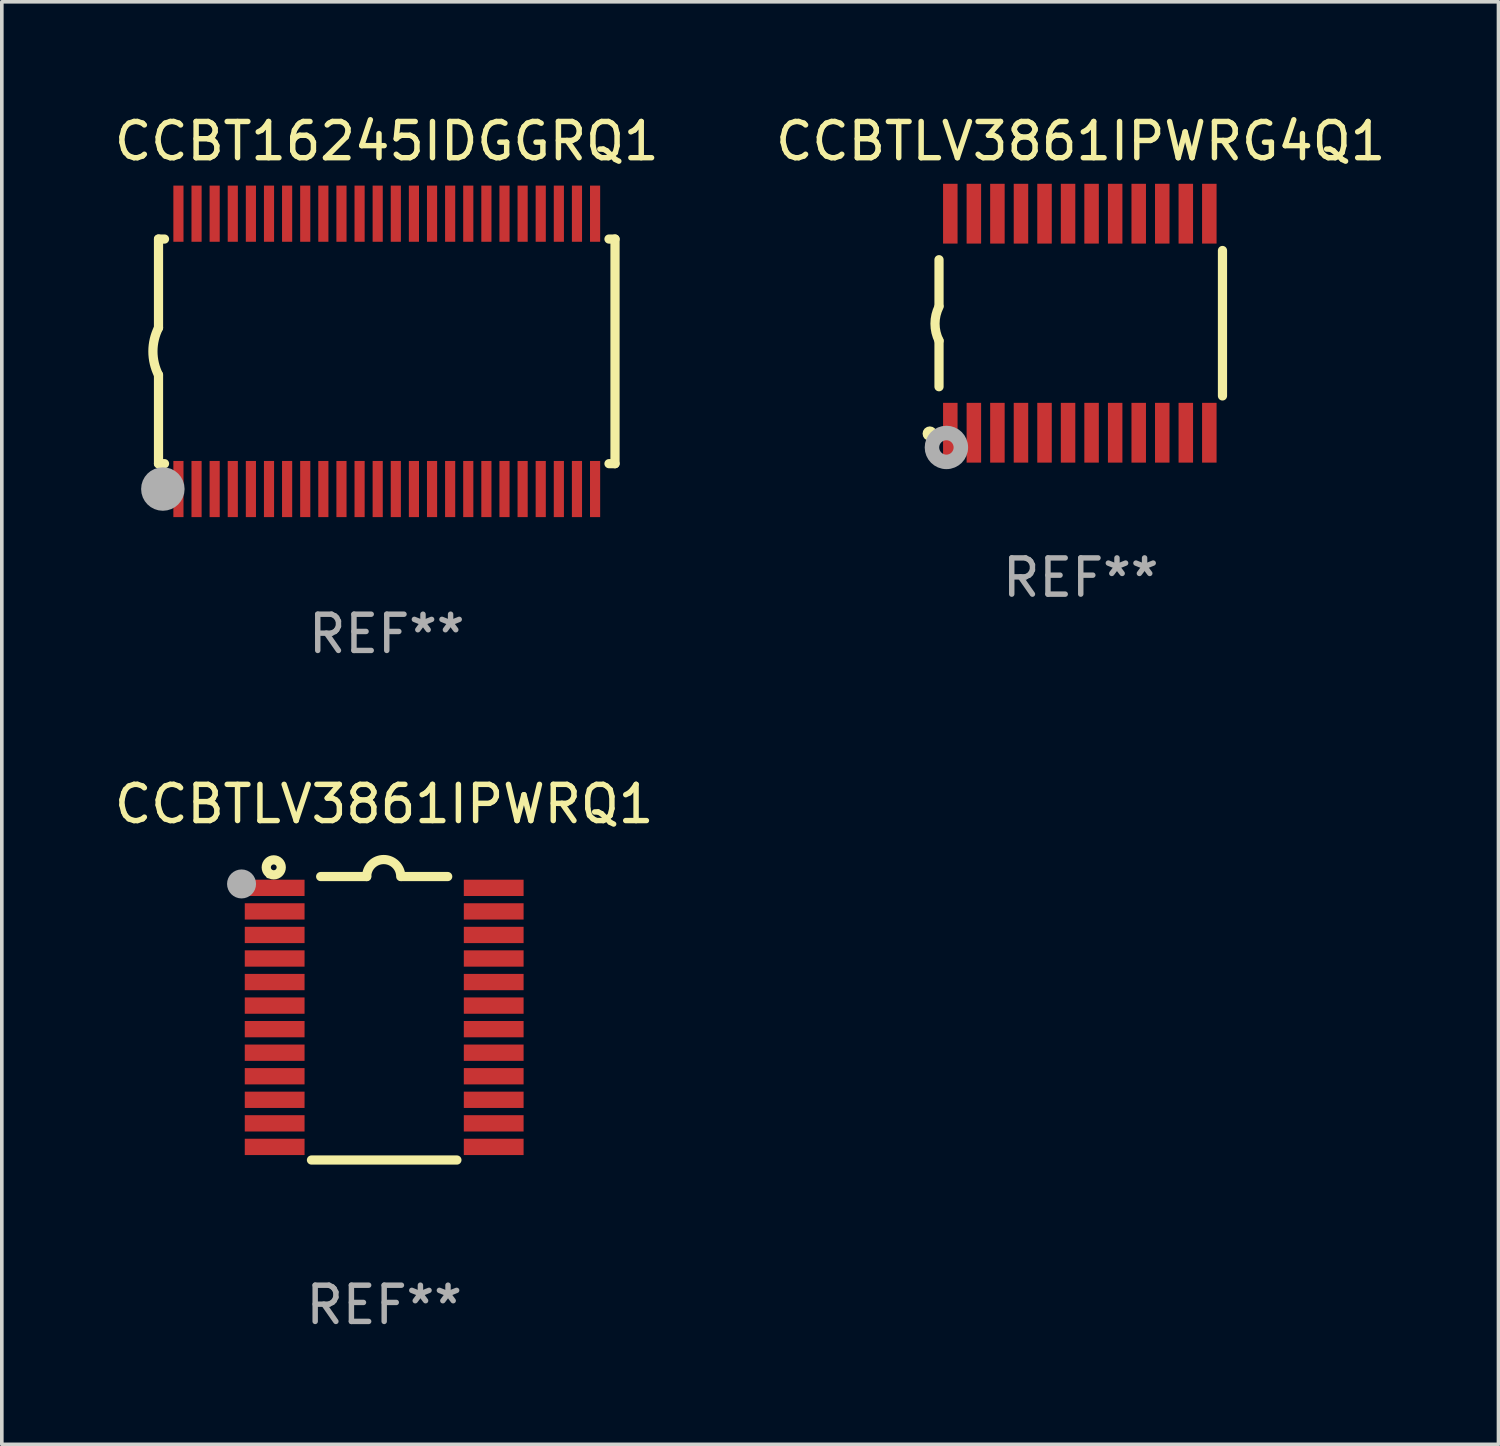
<source format=kicad_pcb>
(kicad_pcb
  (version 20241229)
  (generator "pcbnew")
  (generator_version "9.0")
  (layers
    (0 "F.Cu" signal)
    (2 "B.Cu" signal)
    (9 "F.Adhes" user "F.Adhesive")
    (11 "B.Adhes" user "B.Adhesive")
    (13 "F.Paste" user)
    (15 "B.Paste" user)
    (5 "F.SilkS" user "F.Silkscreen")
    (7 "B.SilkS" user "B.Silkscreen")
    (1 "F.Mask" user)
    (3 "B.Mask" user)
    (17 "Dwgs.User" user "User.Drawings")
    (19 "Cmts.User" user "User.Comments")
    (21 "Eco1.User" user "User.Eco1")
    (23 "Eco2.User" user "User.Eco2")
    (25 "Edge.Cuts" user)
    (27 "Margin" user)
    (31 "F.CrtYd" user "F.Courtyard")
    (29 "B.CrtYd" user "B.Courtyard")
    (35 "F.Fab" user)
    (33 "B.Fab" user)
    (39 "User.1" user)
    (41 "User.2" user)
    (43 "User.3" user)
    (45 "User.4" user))
  (footprint "CCBT16245IDGGRQ1"
    (layer "F.Cu")
    (at 7.625 6.648)
    (property "Reference" "CCBT16245IDGGRQ1" (at 0 -5.8 0) (layer "F.SilkS") (effects (font (size 1 1) (thickness 0.15))))
    (attr through_hole)
    (fp_line (start -6.3 -3.1) (end -6.3 -0.65) (stroke (width 0.254) (type solid)) (layer "F.SilkS"))
    (fp_line (start -6.3 -3.1) (end -6.134 -3.1) (stroke (width 0.254) (type solid)) (layer "F.SilkS"))
    (fp_line (start -6.3 3.1) (end -6.3 0.65) (stroke (width 0.254) (type solid)) (layer "F.SilkS"))
    (fp_line (start -6.3 3.1) (end -6.134 3.1) (stroke (width 0.254) (type solid)) (layer "F.SilkS"))
    (fp_line (start 6.134 -3.1) (end 6.3 -3.1) (stroke (width 0.254) (type solid)) (layer "F.SilkS"))
    (fp_line (start 6.134 3.1) (end 6.3 3.1) (stroke (width 0.254) (type solid)) (layer "F.SilkS"))
    (fp_line (start 6.3 -3.1) (end 6.3 3.1) (stroke (width 0.254) (type solid)) (layer "F.SilkS"))
    (fp_arc (start -6.301016 0.650114) (mid -6.45413 -0.000082) (end -6.3 -0.650038) (stroke (width 0.254001) (type solid)) (layer "F.SilkS"))
    (fp_circle (center -6.35 3.81) (end -6.223 3.81) (stroke (width 0.254) (type solid)) (fill no) (layer "F.SilkS"))
    (fp_circle (center -6.25 4.05) (end -6.22 4.05) (stroke (width 0.06) (type solid)) (fill no) (layer "F.SilkS"))
    (fp_circle (center -6.18 3.8) (end -5.88 3.8) (stroke (width 0.6) (type solid)) (fill no) (layer "F.Fab"))
    (fp_text user "REF**" (at 0 7.8 0) (layer "F.Fab") (effects (font (size 1 1) (thickness 0.15))))
    (pad "1" smd rect (at -5.75 3.8) (size 0.28 1.55) (layers "F.Cu" "F.Mask" "F.Paste"))
    (pad "2" smd rect (at -5.25 3.8) (size 0.28 1.55) (layers "F.Cu" "F.Mask" "F.Paste"))
    (pad "3" smd rect (at -4.75 3.8) (size 0.28 1.55) (layers "F.Cu" "F.Mask" "F.Paste"))
    (pad "4" smd rect (at -4.25 3.8) (size 0.28 1.55) (layers "F.Cu" "F.Mask" "F.Paste"))
    (pad "5" smd rect (at -3.75 3.8) (size 0.28 1.55) (layers "F.Cu" "F.Mask" "F.Paste"))
    (pad "6" smd rect (at -3.25 3.8) (size 0.28 1.55) (layers "F.Cu" "F.Mask" "F.Paste"))
    (pad "7" smd rect (at -2.75 3.8) (size 0.28 1.55) (layers "F.Cu" "F.Mask" "F.Paste"))
    (pad "8" smd rect (at -2.25 3.8) (size 0.28 1.55) (layers "F.Cu" "F.Mask" "F.Paste"))
    (pad "9" smd rect (at -1.75 3.8) (size 0.28 1.55) (layers "F.Cu" "F.Mask" "F.Paste"))
    (pad "10" smd rect (at -1.25 3.8) (size 0.28 1.55) (layers "F.Cu" "F.Mask" "F.Paste"))
    (pad "11" smd rect (at -0.75 3.8) (size 0.28 1.55) (layers "F.Cu" "F.Mask" "F.Paste"))
    (pad "12" smd rect (at -0.25 3.8) (size 0.28 1.55) (layers "F.Cu" "F.Mask" "F.Paste"))
    (pad "13" smd rect (at 0.25 3.8) (size 0.28 1.55) (layers "F.Cu" "F.Mask" "F.Paste"))
    (pad "14" smd rect (at 0.75 3.8) (size 0.28 1.55) (layers "F.Cu" "F.Mask" "F.Paste"))
    (pad "15" smd rect (at 1.25 3.8) (size 0.28 1.55) (layers "F.Cu" "F.Mask" "F.Paste"))
    (pad "16" smd rect (at 1.75 3.8) (size 0.28 1.55) (layers "F.Cu" "F.Mask" "F.Paste"))
    (pad "17" smd rect (at 2.25 3.8) (size 0.28 1.55) (layers "F.Cu" "F.Mask" "F.Paste"))
    (pad "18" smd rect (at 2.75 3.8) (size 0.28 1.55) (layers "F.Cu" "F.Mask" "F.Paste"))
    (pad "19" smd rect (at 3.25 3.8) (size 0.28 1.55) (layers "F.Cu" "F.Mask" "F.Paste"))
    (pad "20" smd rect (at 3.75 3.8) (size 0.28 1.55) (layers "F.Cu" "F.Mask" "F.Paste"))
    (pad "21" smd rect (at 4.25 3.8) (size 0.28 1.55) (layers "F.Cu" "F.Mask" "F.Paste"))
    (pad "22" smd rect (at 4.75 3.8) (size 0.28 1.55) (layers "F.Cu" "F.Mask" "F.Paste"))
    (pad "23" smd rect (at 5.25 3.8) (size 0.28 1.55) (layers "F.Cu" "F.Mask" "F.Paste"))
    (pad "24" smd rect (at 5.75 3.8) (size 0.28 1.55) (layers "F.Cu" "F.Mask" "F.Paste"))
    (pad "25" smd rect (at 5.75 -3.8) (size 0.28 1.55) (layers "F.Cu" "F.Mask" "F.Paste"))
    (pad "26" smd rect (at 5.25 -3.8) (size 0.28 1.55) (layers "F.Cu" "F.Mask" "F.Paste"))
    (pad "27" smd rect (at 4.75 -3.8) (size 0.28 1.55) (layers "F.Cu" "F.Mask" "F.Paste"))
    (pad "28" smd rect (at 4.25 -3.8) (size 0.28 1.55) (layers "F.Cu" "F.Mask" "F.Paste"))
    (pad "29" smd rect (at 3.75 -3.8) (size 0.28 1.55) (layers "F.Cu" "F.Mask" "F.Paste"))
    (pad "30" smd rect (at 3.25 -3.8) (size 0.28 1.55) (layers "F.Cu" "F.Mask" "F.Paste"))
    (pad "31" smd rect (at 2.75 -3.8) (size 0.28 1.55) (layers "F.Cu" "F.Mask" "F.Paste"))
    (pad "32" smd rect (at 2.25 -3.8) (size 0.28 1.55) (layers "F.Cu" "F.Mask" "F.Paste"))
    (pad "33" smd rect (at 1.75 -3.8) (size 0.28 1.55) (layers "F.Cu" "F.Mask" "F.Paste"))
    (pad "34" smd rect (at 1.25 -3.8) (size 0.28 1.55) (layers "F.Cu" "F.Mask" "F.Paste"))
    (pad "35" smd rect (at 0.75 -3.8) (size 0.28 1.55) (layers "F.Cu" "F.Mask" "F.Paste"))
    (pad "36" smd rect (at 0.25 -3.8) (size 0.28 1.55) (layers "F.Cu" "F.Mask" "F.Paste"))
    (pad "37" smd rect (at -0.25 -3.8) (size 0.28 1.55) (layers "F.Cu" "F.Mask" "F.Paste"))
    (pad "38" smd rect (at -0.75 -3.8) (size 0.28 1.55) (layers "F.Cu" "F.Mask" "F.Paste"))
    (pad "39" smd rect (at -1.25 -3.8) (size 0.28 1.55) (layers "F.Cu" "F.Mask" "F.Paste"))
    (pad "40" smd rect (at -1.75 -3.8) (size 0.28 1.55) (layers "F.Cu" "F.Mask" "F.Paste"))
    (pad "41" smd rect (at -2.25 -3.8) (size 0.28 1.55) (layers "F.Cu" "F.Mask" "F.Paste"))
    (pad "42" smd rect (at -2.75 -3.8) (size 0.28 1.55) (layers "F.Cu" "F.Mask" "F.Paste"))
    (pad "43" smd rect (at -3.25 -3.8) (size 0.28 1.55) (layers "F.Cu" "F.Mask" "F.Paste"))
    (pad "44" smd rect (at -3.75 -3.8) (size 0.28 1.55) (layers "F.Cu" "F.Mask" "F.Paste"))
    (pad "45" smd rect (at -4.25 -3.8) (size 0.28 1.55) (layers "F.Cu" "F.Mask" "F.Paste"))
    (pad "46" smd rect (at -4.75 -3.8) (size 0.28 1.55) (layers "F.Cu" "F.Mask" "F.Paste"))
    (pad "47" smd rect (at -5.25 -3.8) (size 0.28 1.55) (layers "F.Cu" "F.Mask" "F.Paste"))
    (pad "48" smd rect (at -5.75 -3.8) (size 0.28 1.55) (layers "F.Cu" "F.Mask" "F.Paste")))
  (footprint "CCBTLV3861IPWRQ1"
    (layer "F.Cu")
    (at 7.554 25.056)
    (property "Reference" "CCBTLV3861IPWRQ1" (at 0 -5.912 0) (layer "F.SilkS") (effects (font (size 1 1) (thickness 0.15))))
    (attr through_hole)
    (fp_line (start -1.753 -3.912) (end -0.483 -3.912) (stroke (width 0.254) (type solid)) (layer "F.SilkS"))
    (fp_line (start 0.483 -3.912) (end 1.753 -3.912) (stroke (width 0.254) (type solid)) (layer "F.SilkS"))
    (fp_line (start 2.007 3.912) (end -2.007 3.912) (stroke (width 0.254) (type solid)) (layer "F.SilkS"))
    (fp_arc (start -0.482626 -3.911608) (mid -0.012725 -4.381509) (end 0.457176 -3.911608) (stroke (width 0.254001) (type solid)) (layer "F.SilkS"))
    (fp_circle (center -3.2 -3.925) (end -3.17 -3.925) (stroke (width 0.06) (type solid)) (fill no) (layer "F.SilkS"))
    (fp_circle (center -3.048 -4.166) (end -2.968 -4.166) (stroke (width 0.254) (type solid)) (fill no) (layer "F.SilkS"))
    (fp_circle (center -3.937 -3.708) (end -3.737 -3.708) (stroke (width 0.4) (type solid)) (fill no) (layer "F.Fab"))
    (fp_text user "REF**" (at 0 7.912 0) (layer "F.Fab") (effects (font (size 1 1) (thickness 0.15))))
    (pad "1" smd rect (at -3.023 -3.6) (size 1.65 0.45) (layers "F.Cu" "F.Mask" "F.Paste"))
    (pad "2" smd rect (at -3.023 -2.95) (size 1.65 0.45) (layers "F.Cu" "F.Mask" "F.Paste"))
    (pad "3" smd rect (at -3.023 -2.3) (size 1.65 0.45) (layers "F.Cu" "F.Mask" "F.Paste"))
    (pad "4" smd rect (at -3.023 -1.65) (size 1.65 0.45) (layers "F.Cu" "F.Mask" "F.Paste"))
    (pad "5" smd rect (at -3.023 -1) (size 1.65 0.45) (layers "F.Cu" "F.Mask" "F.Paste"))
    (pad "6" smd rect (at -3.023 -0.35) (size 1.65 0.45) (layers "F.Cu" "F.Mask" "F.Paste"))
    (pad "7" smd rect (at -3.023 0.3) (size 1.65 0.45) (layers "F.Cu" "F.Mask" "F.Paste"))
    (pad "8" smd rect (at -3.023 0.95) (size 1.65 0.45) (layers "F.Cu" "F.Mask" "F.Paste"))
    (pad "9" smd rect (at -3.023 1.6) (size 1.65 0.45) (layers "F.Cu" "F.Mask" "F.Paste"))
    (pad "10" smd rect (at -3.023 2.25) (size 1.65 0.45) (layers "F.Cu" "F.Mask" "F.Paste"))
    (pad "11" smd rect (at -3.023 2.9) (size 1.65 0.45) (layers "F.Cu" "F.Mask" "F.Paste"))
    (pad "12" smd rect (at -3.023 3.55) (size 1.65 0.45) (layers "F.Cu" "F.Mask" "F.Paste"))
    (pad "13" smd rect (at 3.023 3.55) (size 1.65 0.45) (layers "F.Cu" "F.Mask" "F.Paste"))
    (pad "14" smd rect (at 3.023 2.9) (size 1.65 0.45) (layers "F.Cu" "F.Mask" "F.Paste"))
    (pad "15" smd rect (at 3.023 2.25) (size 1.65 0.45) (layers "F.Cu" "F.Mask" "F.Paste"))
    (pad "16" smd rect (at 3.023 1.6) (size 1.65 0.45) (layers "F.Cu" "F.Mask" "F.Paste"))
    (pad "17" smd rect (at 3.023 0.95) (size 1.65 0.45) (layers "F.Cu" "F.Mask" "F.Paste"))
    (pad "18" smd rect (at 3.023 0.3) (size 1.65 0.45) (layers "F.Cu" "F.Mask" "F.Paste"))
    (pad "19" smd rect (at 3.023 -0.35) (size 1.65 0.45) (layers "F.Cu" "F.Mask" "F.Paste"))
    (pad "20" smd rect (at 3.023 -1) (size 1.65 0.45) (layers "F.Cu" "F.Mask" "F.Paste"))
    (pad "21" smd rect (at 3.023 -1.65) (size 1.65 0.45) (layers "F.Cu" "F.Mask" "F.Paste"))
    (pad "22" smd rect (at 3.023 -2.3) (size 1.65 0.45) (layers "F.Cu" "F.Mask" "F.Paste"))
    (pad "23" smd rect (at 3.023 -2.95) (size 1.65 0.45) (layers "F.Cu" "F.Mask" "F.Paste"))
    (pad "24" smd rect (at 3.023 -3.6) (size 1.65 0.45) (layers "F.Cu" "F.Mask" "F.Paste")))
  (footprint "CCBTLV3861IPWRG4Q1"
    (layer "F.Cu")
    (at 26.78 5.871)
    (property "Reference" "CCBTLV3861IPWRG4Q1" (at 0 -5.023 0) (layer "F.SilkS") (effects (font (size 1 1) (thickness 0.15))))
    (attr through_hole)
    (fp_line (start -3.912 -0.483) (end -3.912 -1.753) (stroke (width 0.254) (type solid)) (layer "F.SilkS"))
    (fp_line (start -3.912 1.753) (end -3.912 0.483) (stroke (width 0.254) (type solid)) (layer "F.SilkS"))
    (fp_line (start 3.912 -2.007) (end 3.912 2.007) (stroke (width 0.254) (type solid)) (layer "F.SilkS"))
    (fp_arc (start -3.911608 0.482601) (mid -4.022537 0.0127) (end -3.911608 -0.457201) (stroke (width 0.254001) (type solid)) (layer "F.SilkS"))
    (fp_circle (center -4.166 3.048) (end -4.066 3.048) (stroke (width 0.2) (type solid)) (fill no) (layer "F.SilkS"))
    (fp_circle (center -3.925 3.186) (end -3.895 3.186) (stroke (width 0.06) (type solid)) (fill no) (layer "F.SilkS"))
    (fp_circle (center -3.708 3.429) (end -3.509 3.429) (stroke (width 0.4) (type solid)) (fill no) (layer "F.Fab"))
    (fp_text user "REF**" (at 0 7.023 0) (layer "F.Fab") (effects (font (size 1 1) (thickness 0.15))))
    (pad "1" smd rect (at -3.6 3.023) (size 0.4 1.65) (layers "F.Cu" "F.Mask" "F.Paste"))
    (pad "2" smd rect (at -2.95 3.023) (size 0.4 1.65) (layers "F.Cu" "F.Mask" "F.Paste"))
    (pad "3" smd rect (at -2.3 3.023) (size 0.4 1.65) (layers "F.Cu" "F.Mask" "F.Paste"))
    (pad "4" smd rect (at -1.65 3.023) (size 0.4 1.65) (layers "F.Cu" "F.Mask" "F.Paste"))
    (pad "5" smd rect (at -1 3.023) (size 0.4 1.65) (layers "F.Cu" "F.Mask" "F.Paste"))
    (pad "6" smd rect (at -0.35 3.023) (size 0.4 1.65) (layers "F.Cu" "F.Mask" "F.Paste"))
    (pad "7" smd rect (at 0.299 3.023) (size 0.4 1.65) (layers "F.Cu" "F.Mask" "F.Paste"))
    (pad "8" smd rect (at 0.95 3.023) (size 0.4 1.65) (layers "F.Cu" "F.Mask" "F.Paste"))
    (pad "9" smd rect (at 1.6 3.023) (size 0.4 1.65) (layers "F.Cu" "F.Mask" "F.Paste"))
    (pad "10" smd rect (at 2.25 3.023) (size 0.4 1.65) (layers "F.Cu" "F.Mask" "F.Paste"))
    (pad "11" smd rect (at 2.9 3.023) (size 0.4 1.65) (layers "F.Cu" "F.Mask" "F.Paste"))
    (pad "12" smd rect (at 3.549 3.023) (size 0.4 1.65) (layers "F.Cu" "F.Mask" "F.Paste"))
    (pad "13" smd rect (at 3.549 -3.023) (size 0.4 1.65) (layers "F.Cu" "F.Mask" "F.Paste"))
    (pad "14" smd rect (at 2.9 -3.023) (size 0.4 1.65) (layers "F.Cu" "F.Mask" "F.Paste"))
    (pad "15" smd rect (at 2.25 -3.023) (size 0.4 1.65) (layers "F.Cu" "F.Mask" "F.Paste"))
    (pad "16" smd rect (at 1.6 -3.023) (size 0.4 1.65) (layers "F.Cu" "F.Mask" "F.Paste"))
    (pad "17" smd rect (at 0.95 -3.023) (size 0.4 1.65) (layers "F.Cu" "F.Mask" "F.Paste"))
    (pad "18" smd rect (at 0.299 -3.023) (size 0.4 1.65) (layers "F.Cu" "F.Mask" "F.Paste"))
    (pad "19" smd rect (at -0.35 -3.023) (size 0.4 1.65) (layers "F.Cu" "F.Mask" "F.Paste"))
    (pad "20" smd rect (at -1 -3.023) (size 0.4 1.65) (layers "F.Cu" "F.Mask" "F.Paste"))
    (pad "21" smd rect (at -1.65 -3.023) (size 0.4 1.65) (layers "F.Cu" "F.Mask" "F.Paste"))
    (pad "22" smd rect (at -2.3 -3.023) (size 0.4 1.65) (layers "F.Cu" "F.Mask" "F.Paste"))
    (pad "23" smd rect (at -2.95 -3.023) (size 0.4 1.65) (layers "F.Cu" "F.Mask" "F.Paste"))
    (pad "24" smd rect (at -3.6 -3.023) (size 0.4 1.65) (layers "F.Cu" "F.Mask" "F.Paste")))
  (gr_rect
    (start -3 -3)
    (end 38.31 36.816)
    (stroke (width 0.1) (type default))
    (fill no)
    (layer "Edge.Cuts")))
</source>
